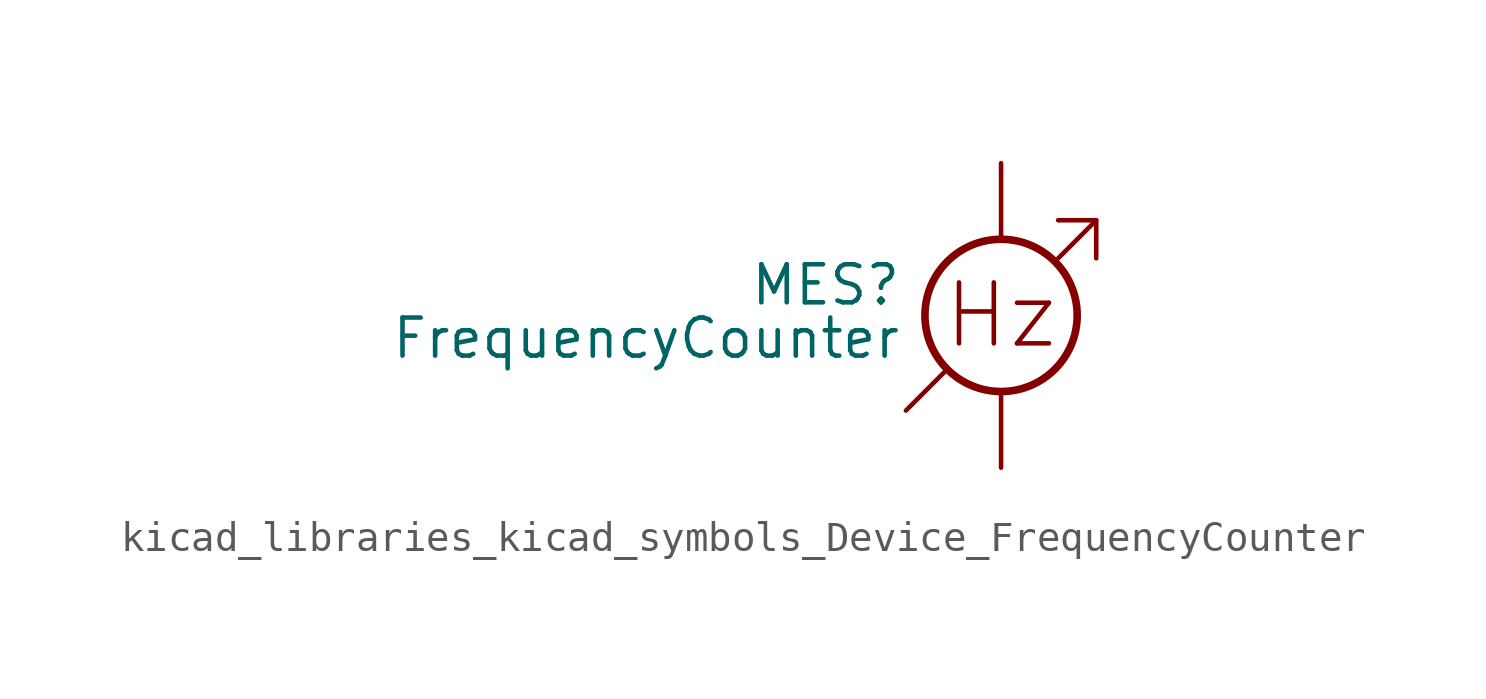
<source format=kicad_sym>
(kicad_symbol_lib
  (version 20220914)
  (generator kicad_symbol_editor)
  (symbol "kicad_libraries_kicad_symbols_Device_FrequencyCounter"
    (pin_numbers hide)
    (pin_names
      (offset 0.025) hide)
    (property "Reference" "MES"
      (at -3.302 1.016 0)
      (effects (font (size 1.27 1.27)) (justify right)))
    (property "Value" "FrequencyCounter"
      (at -3.302 -0.762 0)
      (effects (font (size 1.27 1.27)) (justify right)))
    (symbol "kicad_libraries_kicad_symbols_Device_FrequencyCounter_0_0"
      (polyline (pts (xy -3.175 -3.175) (xy -1.905 -1.905)) (stroke (width 0) (type default)) (fill (type none)))
      (polyline (pts (xy 1.905 1.905) (xy 3.175 3.175)) (stroke (width 0) (type default)) (fill (type none)))
      (polyline (pts (xy 1.905 3.175) (xy 3.175 3.175) (xy 3.175 1.905)) (stroke (width 0) (type default)) (fill (type none)))
      (text "Hz" (at 0 0 0) (effects (font (size 2.032 2.032)))))
    (symbol "kicad_libraries_kicad_symbols_Device_FrequencyCounter_0_1"
      (circle (center 0 0) (radius 2.54) (stroke (width 0.254) (type default)) (fill (type none))))
    (symbol "kicad_libraries_kicad_symbols_Device_FrequencyCounter_1_1"
      (pin passive line (at 0 -5.08 90) (length 2.54) (name "-" (effects (font (size 1.27 1.27)))) (number "1" (effects (font (size 1.27 1.27)))))
      (pin passive line (at 0 5.08 270) (length 2.54) (name "+" (effects (font (size 1.27 1.27)))) (number "2" (effects (font (size 1.27 1.27))))))))
</source>
